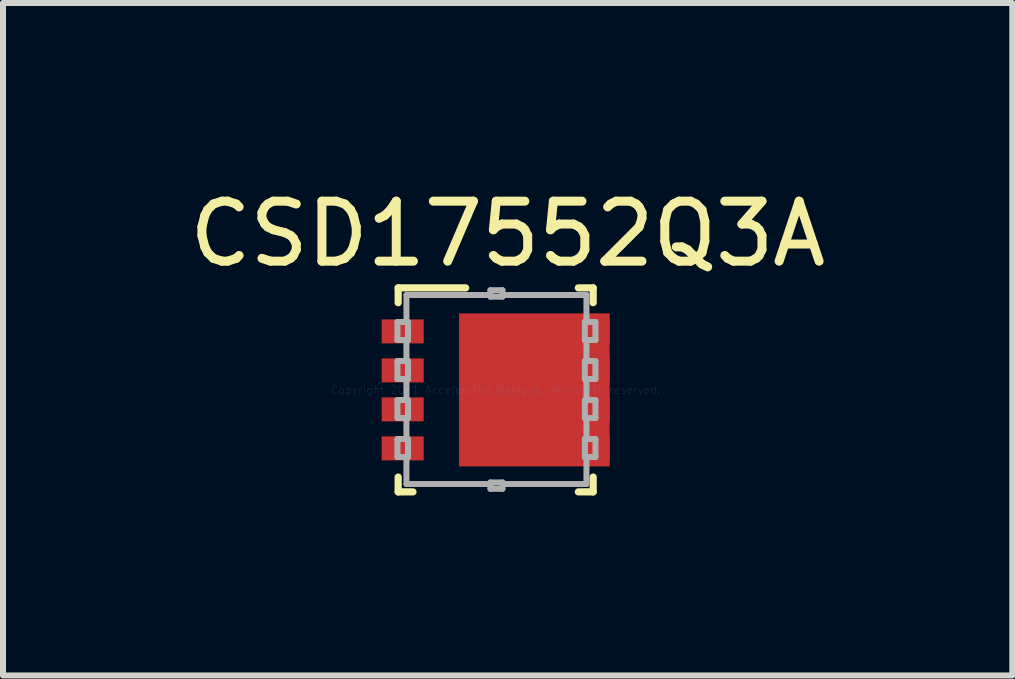
<source format=kicad_pcb>
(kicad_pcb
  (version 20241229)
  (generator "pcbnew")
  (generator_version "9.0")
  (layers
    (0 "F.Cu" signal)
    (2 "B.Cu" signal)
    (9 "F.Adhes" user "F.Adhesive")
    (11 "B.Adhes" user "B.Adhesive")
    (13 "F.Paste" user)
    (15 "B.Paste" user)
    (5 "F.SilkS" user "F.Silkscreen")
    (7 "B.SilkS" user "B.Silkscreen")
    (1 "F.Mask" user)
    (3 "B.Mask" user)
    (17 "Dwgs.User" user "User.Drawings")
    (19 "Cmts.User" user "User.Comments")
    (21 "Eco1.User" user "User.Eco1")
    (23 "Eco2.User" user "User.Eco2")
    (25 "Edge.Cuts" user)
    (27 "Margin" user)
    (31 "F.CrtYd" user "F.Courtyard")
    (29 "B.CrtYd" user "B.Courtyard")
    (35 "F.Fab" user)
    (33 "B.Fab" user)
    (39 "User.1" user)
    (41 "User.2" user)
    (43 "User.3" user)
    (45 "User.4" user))
  (footprint "CSD17552Q3A"
    (layer "F.Cu")
    (at 5.211 3.448)
    (property "Reference" "CSD17552Q3A" (at 0.2 -2.6 0) (layer "F.SilkS") (effects (font (size 1 1) (thickness 0.15))))
    (attr through_hole)
    (fp_poly (pts (xy 0.925 -0.825) (xy 1.425 -0.825) (xy 1.425 -1.125) (xy 0.925 -1.125)) (stroke (width 0.1) (type solid)) (fill yes) (layer "F.Mask"))
    (fp_poly (pts (xy 0.925 -0.175) (xy 1.425 -0.175) (xy 1.425 -0.475) (xy 0.925 -0.475)) (stroke (width 0.1) (type solid)) (fill yes) (layer "F.Mask"))
    (fp_poly (pts (xy 0.925 0.475) (xy 1.425 0.475) (xy 1.425 0.175) (xy 0.925 0.175)) (stroke (width 0.1) (type solid)) (fill yes) (layer "F.Mask"))
    (fp_poly (pts (xy 0.925 1.125) (xy 1.425 1.125) (xy 1.425 0.825) (xy 0.925 0.825)) (stroke (width 0.1) (type solid)) (fill yes) (layer "F.Mask"))
    (fp_poly (pts (xy -0.56 1.172) (xy -0.56 -1.172) (xy -0.559 -1.182) (xy -0.556 -1.192) (xy -0.551 -1.201) (xy -0.544 -1.209) (xy -0.536 -1.216) (xy -0.527 -1.221) (xy -0.517 -1.224) (xy -0.507 -1.225) (xy 1.162 -1.225) (xy 1.172 -1.224) (xy 1.182 -1.221) (xy 1.191 -1.216) (xy 1.199 -1.209) (xy 1.206 -1.201) (xy 1.211 -1.192) (xy 1.214 -1.182) (xy 1.215 -1.172) (xy 1.215 1.172) (xy 1.214 1.182) (xy 1.211 1.192) (xy 1.206 1.201) (xy 1.199 1.209) (xy 1.191 1.216) (xy 1.182 1.221) (xy 1.172 1.224) (xy 1.162 1.225) (xy -0.507 1.225) (xy -0.517 1.224) (xy -0.527 1.221) (xy -0.536 1.216) (xy -0.544 1.209) (xy -0.551 1.201) (xy -0.556 1.192) (xy -0.559 1.182)) (stroke (width 0.1) (type solid)) (fill yes) (layer "F.Mask"))
    (fp_line (start -1.625 -1.7) (end -0.5 -1.7) (stroke (width 0.12) (type solid)) (layer "F.SilkS"))
    (fp_line (start -1.625 -1.453) (end -1.625 -1.7) (stroke (width 0.12) (type solid)) (layer "F.SilkS"))
    (fp_line (start -1.625 1.7) (end -1.625 1.453) (stroke (width 0.12) (type solid)) (layer "F.SilkS"))
    (fp_line (start -1.625 1.7) (end -1.378 1.7) (stroke (width 0.12) (type solid)) (layer "F.SilkS"))
    (fp_line (start 1.378 -1.7) (end 1.625 -1.7) (stroke (width 0.12) (type solid)) (layer "F.SilkS"))
    (fp_line (start 1.378 1.7) (end 1.625 1.7) (stroke (width 0.12) (type solid)) (layer "F.SilkS"))
    (fp_line (start 1.625 -1.453) (end 1.625 -1.7) (stroke (width 0.12) (type solid)) (layer "F.SilkS"))
    (fp_line (start 1.625 1.7) (end 1.625 1.453) (stroke (width 0.12) (type solid)) (layer "F.SilkS"))
    (fp_poly (pts (xy 0.145 -1.176) (xy 0.145 -0.149) (xy 0.144 -0.14) (xy 0.141 -0.13) (xy 0.137 -0.122) (xy 0.131 -0.114) (xy 0.123 -0.108) (xy 0.115 -0.104) (xy 0.105 -0.101) (xy 0.096 -0.1) (xy -0.511 -0.1) (xy -0.52 -0.101) (xy -0.53 -0.104) (xy -0.538 -0.108) (xy -0.546 -0.114) (xy -0.552 -0.122) (xy -0.556 -0.13) (xy -0.559 -0.14) (xy -0.56 -0.149) (xy -0.56 -1.176) (xy -0.559 -1.185) (xy -0.556 -1.195) (xy -0.552 -1.203) (xy -0.546 -1.211) (xy -0.538 -1.217) (xy -0.53 -1.221) (xy -0.52 -1.224) (xy -0.511 -1.225) (xy 0.096 -1.225) (xy 0.105 -1.224) (xy 0.115 -1.221) (xy 0.123 -1.217) (xy 0.131 -1.211) (xy 0.137 -1.203) (xy 0.141 -1.195) (xy 0.144 -1.185)) (stroke (width 0.1) (type solid)) (fill yes) (layer "F.Paste"))
    (fp_poly (pts (xy 0.145 0.149) (xy 0.145 1.176) (xy 0.144 1.185) (xy 0.141 1.195) (xy 0.137 1.203) (xy 0.131 1.211) (xy 0.123 1.217) (xy 0.115 1.221) (xy 0.105 1.224) (xy 0.096 1.225) (xy -0.511 1.225) (xy -0.52 1.224) (xy -0.53 1.221) (xy -0.538 1.217) (xy -0.546 1.211) (xy -0.552 1.203) (xy -0.556 1.195) (xy -0.559 1.185) (xy -0.56 1.176) (xy -0.56 0.149) (xy -0.559 0.14) (xy -0.556 0.13) (xy -0.552 0.122) (xy -0.546 0.114) (xy -0.538 0.108) (xy -0.53 0.104) (xy -0.52 0.101) (xy -0.511 0.1) (xy 0.096 0.1) (xy 0.105 0.101) (xy 0.115 0.104) (xy 0.123 0.108) (xy 0.131 0.114) (xy 0.137 0.122) (xy 0.141 0.13) (xy 0.144 0.14)) (stroke (width 0.1) (type solid)) (fill yes) (layer "F.Paste"))
    (fp_poly (pts (xy 0.345 -0.149) (xy 0.345 -1.176) (xy 0.346 -1.185) (xy 0.349 -1.195) (xy 0.353 -1.203) (xy 0.359 -1.211) (xy 0.367 -1.217) (xy 0.375 -1.221) (xy 0.385 -1.224) (xy 0.394 -1.225) (xy 1.001 -1.225) (xy 1.01 -1.224) (xy 1.02 -1.221) (xy 1.028 -1.217) (xy 1.036 -1.211) (xy 1.042 -1.203) (xy 1.046 -1.195) (xy 1.049 -1.185) (xy 1.05 -1.176) (xy 1.05 -0.149) (xy 1.049 -0.14) (xy 1.046 -0.13) (xy 1.042 -0.122) (xy 1.036 -0.114) (xy 1.028 -0.108) (xy 1.02 -0.104) (xy 1.01 -0.101) (xy 1.001 -0.1) (xy 0.394 -0.1) (xy 0.385 -0.101) (xy 0.375 -0.104) (xy 0.367 -0.108) (xy 0.359 -0.114) (xy 0.353 -0.122) (xy 0.349 -0.13) (xy 0.346 -0.14)) (stroke (width 0.1) (type solid)) (fill yes) (layer "F.Paste"))
    (fp_poly (pts (xy 0.345 1.176) (xy 0.345 0.149) (xy 0.346 0.14) (xy 0.349 0.13) (xy 0.353 0.122) (xy 0.359 0.114) (xy 0.367 0.108) (xy 0.375 0.104) (xy 0.385 0.101) (xy 0.394 0.1) (xy 1.001 0.1) (xy 1.01 0.101) (xy 1.02 0.104) (xy 1.028 0.108) (xy 1.036 0.114) (xy 1.042 0.122) (xy 1.046 0.13) (xy 1.049 0.14) (xy 1.05 0.149) (xy 1.05 1.176) (xy 1.049 1.185) (xy 1.046 1.195) (xy 1.042 1.203) (xy 1.036 1.211) (xy 1.028 1.217) (xy 1.02 1.221) (xy 1.01 1.224) (xy 1.001 1.225) (xy 0.394 1.225) (xy 0.385 1.224) (xy 0.375 1.221) (xy 0.367 1.217) (xy 0.359 1.211) (xy 0.353 1.203) (xy 0.349 1.195) (xy 0.346 1.185)) (stroke (width 0.1) (type solid)) (fill yes) (layer "F.Paste"))
    (fp_line (start -1.637 -1.131) (end -1.461 -1.131) (stroke (width 0.1) (type solid)) (layer "F.Fab"))
    (fp_line (start -1.637 -0.831) (end -1.637 -1.131) (stroke (width 0.1) (type solid)) (layer "F.Fab"))
    (fp_line (start -1.637 -0.831) (end -1.461 -0.831) (stroke (width 0.1) (type solid)) (layer "F.Fab"))
    (fp_line (start -1.637 -0.481) (end -1.461 -0.481) (stroke (width 0.1) (type solid)) (layer "F.Fab"))
    (fp_line (start -1.637 -0.181) (end -1.637 -0.481) (stroke (width 0.1) (type solid)) (layer "F.Fab"))
    (fp_line (start -1.637 -0.181) (end -1.461 -0.181) (stroke (width 0.1) (type solid)) (layer "F.Fab"))
    (fp_line (start -1.637 0.169) (end -1.461 0.169) (stroke (width 0.1) (type solid)) (layer "F.Fab"))
    (fp_line (start -1.637 0.469) (end -1.637 0.169) (stroke (width 0.1) (type solid)) (layer "F.Fab"))
    (fp_line (start -1.637 0.469) (end -1.461 0.469) (stroke (width 0.1) (type solid)) (layer "F.Fab"))
    (fp_line (start -1.637 0.819) (end -1.461 0.819) (stroke (width 0.1) (type solid)) (layer "F.Fab"))
    (fp_line (start -1.637 1.119) (end -1.637 0.819) (stroke (width 0.1) (type solid)) (layer "F.Fab"))
    (fp_line (start -1.637 1.119) (end -1.461 1.119) (stroke (width 0.1) (type solid)) (layer "F.Fab"))
    (fp_line (start -1.487 -1.581) (end -0.087 -1.581) (stroke (width 0.1) (type solid)) (layer "F.Fab"))
    (fp_line (start -1.487 -1.131) (end -1.487 -1.581) (stroke (width 0.1) (type solid)) (layer "F.Fab"))
    (fp_line (start -1.487 -0.481) (end -1.487 -0.831) (stroke (width 0.1) (type solid)) (layer "F.Fab"))
    (fp_line (start -1.487 0.169) (end -1.487 -0.181) (stroke (width 0.1) (type solid)) (layer "F.Fab"))
    (fp_line (start -1.487 0.819) (end -1.487 0.469) (stroke (width 0.1) (type solid)) (layer "F.Fab"))
    (fp_line (start -1.487 1.569) (end -1.487 1.119) (stroke (width 0.1) (type solid)) (layer "F.Fab"))
    (fp_line (start -1.487 1.569) (end -0.087 1.569) (stroke (width 0.1) (type solid)) (layer "F.Fab"))
    (fp_line (start -1.461 -0.831) (end -1.461 -1.131) (stroke (width 0.1) (type solid)) (layer "F.Fab"))
    (fp_line (start -1.461 -0.181) (end -1.461 -0.481) (stroke (width 0.1) (type solid)) (layer "F.Fab"))
    (fp_line (start -1.461 0.469) (end -1.461 0.169) (stroke (width 0.1) (type solid)) (layer "F.Fab"))
    (fp_line (start -1.461 1.119) (end -1.461 0.819) (stroke (width 0.1) (type solid)) (layer "F.Fab"))
    (fp_line (start -0.087 -1.661) (end 0.113 -1.661) (stroke (width 0.1) (type solid)) (layer "F.Fab"))
    (fp_line (start -0.087 -1.554) (end -0.087 -1.661) (stroke (width 0.1) (type solid)) (layer "F.Fab"))
    (fp_line (start -0.087 -1.554) (end 0.113 -1.554) (stroke (width 0.1) (type solid)) (layer "F.Fab"))
    (fp_line (start -0.087 1.543) (end 0.113 1.543) (stroke (width 0.1) (type solid)) (layer "F.Fab"))
    (fp_line (start -0.087 1.649) (end -0.087 1.543) (stroke (width 0.1) (type solid)) (layer "F.Fab"))
    (fp_line (start -0.087 1.649) (end 0.113 1.649) (stroke (width 0.1) (type solid)) (layer "F.Fab"))
    (fp_line (start 0.113 -1.581) (end 1.513 -1.581) (stroke (width 0.1) (type solid)) (layer "F.Fab"))
    (fp_line (start 0.113 -1.554) (end 0.113 -1.661) (stroke (width 0.1) (type solid)) (layer "F.Fab"))
    (fp_line (start 0.113 1.569) (end 1.513 1.569) (stroke (width 0.1) (type solid)) (layer "F.Fab"))
    (fp_line (start 0.113 1.649) (end 0.113 1.543) (stroke (width 0.1) (type solid)) (layer "F.Fab"))
    (fp_line (start 1.486 -1.131) (end 1.663 -1.131) (stroke (width 0.1) (type solid)) (layer "F.Fab"))
    (fp_line (start 1.486 -0.831) (end 1.486 -1.131) (stroke (width 0.1) (type solid)) (layer "F.Fab"))
    (fp_line (start 1.486 -0.831) (end 1.663 -0.831) (stroke (width 0.1) (type solid)) (layer "F.Fab"))
    (fp_line (start 1.486 -0.481) (end 1.663 -0.481) (stroke (width 0.1) (type solid)) (layer "F.Fab"))
    (fp_line (start 1.486 -0.181) (end 1.486 -0.481) (stroke (width 0.1) (type solid)) (layer "F.Fab"))
    (fp_line (start 1.486 -0.181) (end 1.663 -0.181) (stroke (width 0.1) (type solid)) (layer "F.Fab"))
    (fp_line (start 1.486 0.169) (end 1.663 0.169) (stroke (width 0.1) (type solid)) (layer "F.Fab"))
    (fp_line (start 1.486 0.469) (end 1.486 0.169) (stroke (width 0.1) (type solid)) (layer "F.Fab"))
    (fp_line (start 1.486 0.469) (end 1.663 0.469) (stroke (width 0.1) (type solid)) (layer "F.Fab"))
    (fp_line (start 1.486 0.819) (end 1.663 0.819) (stroke (width 0.1) (type solid)) (layer "F.Fab"))
    (fp_line (start 1.486 1.119) (end 1.486 0.819) (stroke (width 0.1) (type solid)) (layer "F.Fab"))
    (fp_line (start 1.486 1.119) (end 1.663 1.119) (stroke (width 0.1) (type solid)) (layer "F.Fab"))
    (fp_line (start 1.513 -1.131) (end 1.513 -1.581) (stroke (width 0.1) (type solid)) (layer "F.Fab"))
    (fp_line (start 1.513 -0.481) (end 1.513 -0.831) (stroke (width 0.1) (type solid)) (layer "F.Fab"))
    (fp_line (start 1.513 0.169) (end 1.513 -0.181) (stroke (width 0.1) (type solid)) (layer "F.Fab"))
    (fp_line (start 1.513 0.819) (end 1.513 0.469) (stroke (width 0.1) (type solid)) (layer "F.Fab"))
    (fp_line (start 1.513 1.569) (end 1.513 1.119) (stroke (width 0.1) (type solid)) (layer "F.Fab"))
    (fp_line (start 1.663 -0.831) (end 1.663 -1.131) (stroke (width 0.1) (type solid)) (layer "F.Fab"))
    (fp_line (start 1.663 -0.181) (end 1.663 -0.481) (stroke (width 0.1) (type solid)) (layer "F.Fab"))
    (fp_line (start 1.663 0.469) (end 1.663 0.169) (stroke (width 0.1) (type solid)) (layer "F.Fab"))
    (fp_line (start 1.663 1.119) (end 1.663 0.819) (stroke (width 0.1) (type solid)) (layer "F.Fab"))
    (fp_text user "Copyright 2021 Accelerated Designs. All rights reserved." (at 0 0 0) (layer "Cmts.User") (effects (font (size 0.127 0.127) (thickness 0.002))))
    (pad "1" smd rect (at -1.55 -0.975 90) (size 0.4 0.7) (layers "F.Cu" "F.Mask" "F.Paste"))
    (pad "2" smd rect (at -1.55 -0.325 90) (size 0.4 0.7) (layers "F.Cu" "F.Mask" "F.Paste"))
    (pad "3" smd rect (at -1.55 0.325 90) (size 0.4 0.7) (layers "F.Cu" "F.Mask" "F.Paste"))
    (pad "4" smd rect (at -1.55 0.975 90) (size 0.4 0.7) (layers "F.Cu" "F.Mask" "F.Paste"))
    (pad "5" smd rect (at 1.55 0.975 90) (size 0.4 0.7) (layers "F.Cu" "F.Mask" "F.Paste"))
    (pad "6" smd rect (at 1.55 0.325 90) (size 0.4 0.7) (layers "F.Cu" "F.Mask" "F.Paste"))
    (pad "7" smd rect (at 1.55 -0.325 90) (size 0.4 0.7) (layers "F.Cu" "F.Mask" "F.Paste"))
    (pad "8" smd rect (at 1.55 -0.975 90) (size 0.4 0.7) (layers "F.Cu" "F.Mask" "F.Paste"))
    (pad "9" smd rect (at 0.645 0) (size 2.51 2.55) (layers "F.Cu" "F.Mask" "F.Paste")))
  (gr_rect
    (start -3 -3)
    (end 13.821 8.208)
    (stroke (width 0.1) (type default))
    (fill no)
    (layer "Edge.Cuts")))
</source>
